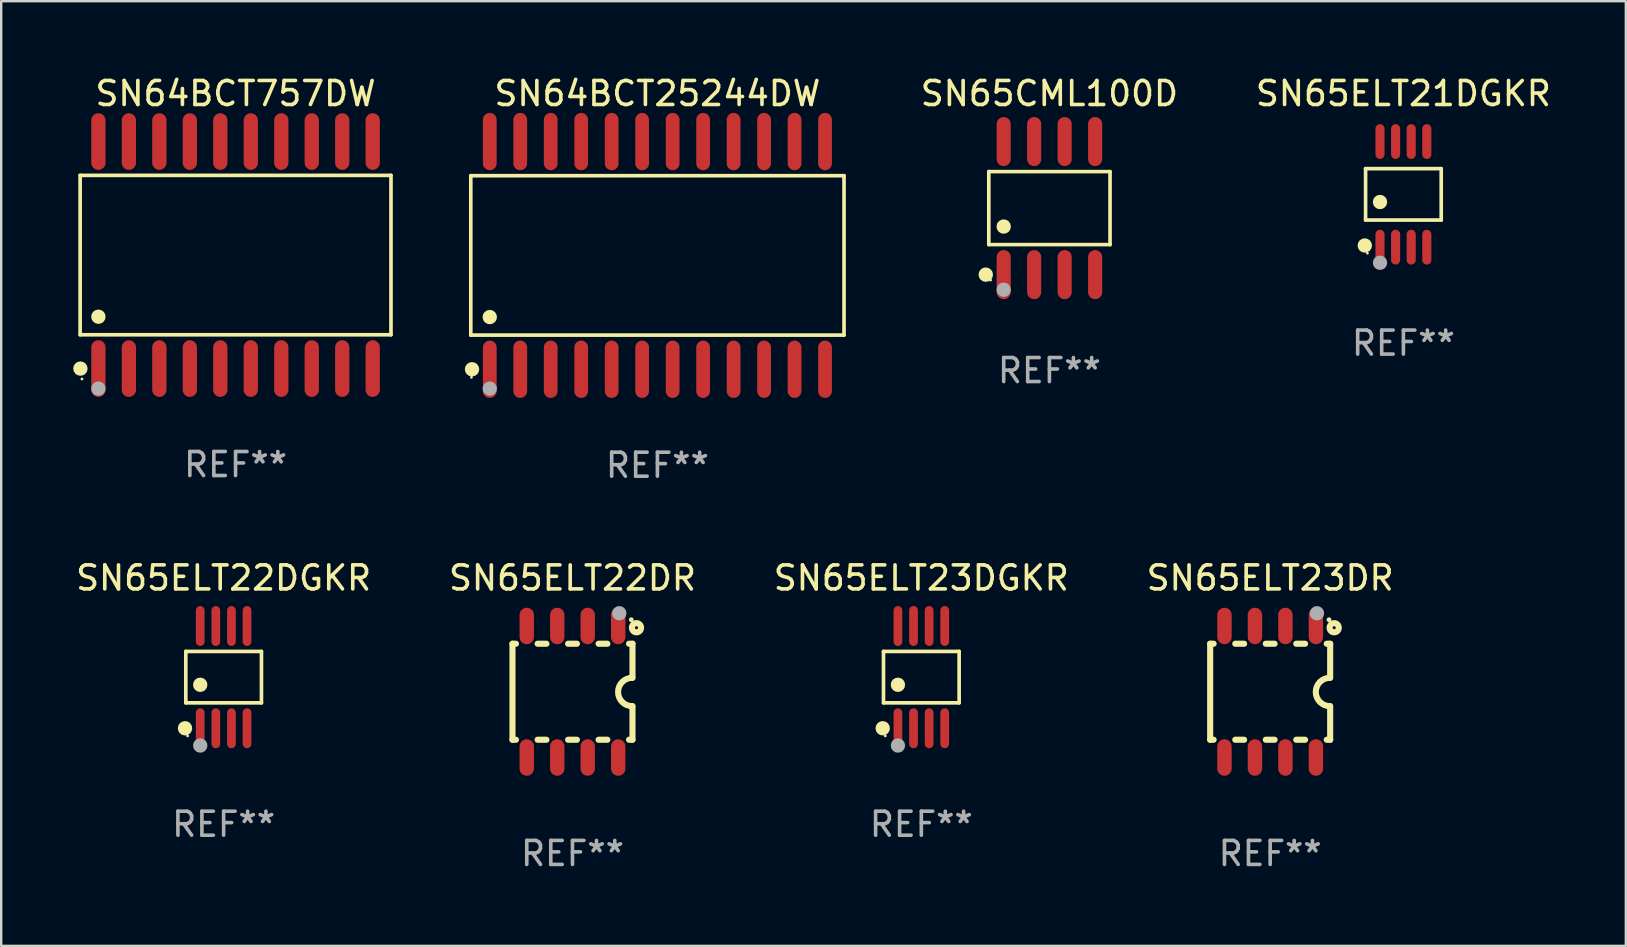
<source format=kicad_pcb>
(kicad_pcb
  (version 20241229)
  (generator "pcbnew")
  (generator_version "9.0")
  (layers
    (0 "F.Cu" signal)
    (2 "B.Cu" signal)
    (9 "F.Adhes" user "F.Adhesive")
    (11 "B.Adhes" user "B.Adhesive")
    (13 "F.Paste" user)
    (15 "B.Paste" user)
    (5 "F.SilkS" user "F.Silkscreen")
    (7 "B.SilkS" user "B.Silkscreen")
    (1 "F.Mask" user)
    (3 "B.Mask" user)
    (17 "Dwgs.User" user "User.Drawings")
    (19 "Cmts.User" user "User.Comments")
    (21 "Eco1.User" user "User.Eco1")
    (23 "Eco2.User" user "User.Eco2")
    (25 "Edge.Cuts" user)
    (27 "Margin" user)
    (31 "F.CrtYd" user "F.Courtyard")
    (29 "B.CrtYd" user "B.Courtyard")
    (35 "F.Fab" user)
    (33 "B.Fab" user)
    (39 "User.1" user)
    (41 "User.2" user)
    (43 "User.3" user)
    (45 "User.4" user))
  (footprint "SN65ELT21DGKR"
    (layer "F.Cu")
    (at 55.426 5.048)
    (property "Reference" "SN65ELT21DGKR" (at 0 -4.2 0) (layer "F.SilkS") (effects (font (size 1 1) (thickness 0.15))))
    (attr through_hole)
    (fp_line (start -1.576 -1.071) (end 1.576 -1.071) (stroke (width 0.152) (type solid)) (layer "F.SilkS"))
    (fp_line (start -1.576 1.071) (end -1.576 -1.071) (stroke (width 0.152) (type solid)) (layer "F.SilkS"))
    (fp_line (start 1.576 -1.071) (end 1.576 1.071) (stroke (width 0.152) (type solid)) (layer "F.SilkS"))
    (fp_line (start 1.576 1.071) (end -1.576 1.071) (stroke (width 0.152) (type solid)) (layer "F.SilkS"))
    (fp_circle (center -1.609 2.131) (end -1.459 2.131) (stroke (width 0.3) (type solid)) (fill no) (layer "F.SilkS"))
    (fp_circle (center -1.5 2.45) (end -1.47 2.45) (stroke (width 0.06) (type solid)) (fill no) (layer "F.SilkS"))
    (fp_circle (center -0.975 0.319) (end -0.825 0.319) (stroke (width 0.3) (type solid)) (fill no) (layer "F.SilkS"))
    (fp_circle (center -0.975 2.85) (end -0.825 2.85) (stroke (width 0.3) (type solid)) (fill no) (layer "F.Fab"))
    (fp_text user "REF**" (at 0 6.2 0) (layer "F.Fab") (effects (font (size 1 1) (thickness 0.15))))
    (pad "1" smd oval (at -0.975 2.2) (size 0.38 1.45) (layers "F.Cu" "F.Mask" "F.Paste"))
    (pad "2" smd oval (at -0.325 2.2) (size 0.38 1.45) (layers "F.Cu" "F.Mask" "F.Paste"))
    (pad "3" smd oval (at 0.325 2.2) (size 0.38 1.45) (layers "F.Cu" "F.Mask" "F.Paste"))
    (pad "4" smd oval (at 0.975 2.2) (size 0.38 1.45) (layers "F.Cu" "F.Mask" "F.Paste"))
    (pad "5" smd oval (at 0.975 -2.2) (size 0.38 1.45) (layers "F.Cu" "F.Mask" "F.Paste"))
    (pad "6" smd oval (at 0.325 -2.2) (size 0.38 1.45) (layers "F.Cu" "F.Mask" "F.Paste"))
    (pad "7" smd oval (at -0.325 -2.2) (size 0.38 1.45) (layers "F.Cu" "F.Mask" "F.Paste"))
    (pad "8" smd oval (at -0.975 -2.2) (size 0.38 1.45) (layers "F.Cu" "F.Mask" "F.Paste")))
  (footprint "SN65ELT22DGKR"
    (layer "F.Cu")
    (at 6.268 25.164)
    (property "Reference" "SN65ELT22DGKR" (at 0 -4.131 0) (layer "F.SilkS") (effects (font (size 1 1) (thickness 0.15))))
    (attr through_hole)
    (fp_line (start -1.576 -1.071) (end 1.576 -1.071) (stroke (width 0.152) (type solid)) (layer "F.SilkS"))
    (fp_line (start -1.576 1.071) (end -1.576 -1.071) (stroke (width 0.152) (type solid)) (layer "F.SilkS"))
    (fp_line (start 1.576 -1.071) (end 1.576 1.071) (stroke (width 0.152) (type solid)) (layer "F.SilkS"))
    (fp_line (start 1.576 1.071) (end -1.576 1.071) (stroke (width 0.152) (type solid)) (layer "F.SilkS"))
    (fp_circle (center -1.609 2.131) (end -1.459 2.131) (stroke (width 0.3) (type solid)) (fill no) (layer "F.SilkS"))
    (fp_circle (center -1.5 2.45) (end -1.47 2.45) (stroke (width 0.06) (type solid)) (fill no) (layer "F.SilkS"))
    (fp_circle (center -0.975 0.319) (end -0.825 0.319) (stroke (width 0.3) (type solid)) (fill no) (layer "F.SilkS"))
    (fp_circle (center -0.975 2.85) (end -0.825 2.85) (stroke (width 0.3) (type solid)) (fill no) (layer "F.Fab"))
    (fp_text user "REF**" (at 0 6.131 0) (layer "F.Fab") (effects (font (size 1 1) (thickness 0.15))))
    (pad "1" smd oval (at -0.975 2.131) (size 0.364 1.662) (layers "F.Cu" "F.Mask" "F.Paste"))
    (pad "2" smd oval (at -0.325 2.131) (size 0.364 1.662) (layers "F.Cu" "F.Mask" "F.Paste"))
    (pad "3" smd oval (at 0.325 2.131) (size 0.364 1.662) (layers "F.Cu" "F.Mask" "F.Paste"))
    (pad "4" smd oval (at 0.975 2.131) (size 0.364 1.662) (layers "F.Cu" "F.Mask" "F.Paste"))
    (pad "5" smd oval (at 0.975 -2.131) (size 0.364 1.662) (layers "F.Cu" "F.Mask" "F.Paste"))
    (pad "6" smd oval (at 0.325 -2.131) (size 0.364 1.662) (layers "F.Cu" "F.Mask" "F.Paste"))
    (pad "7" smd oval (at -0.325 -2.131) (size 0.364 1.662) (layers "F.Cu" "F.Mask" "F.Paste"))
    (pad "8" smd oval (at -0.975 -2.131) (size 0.364 1.662) (layers "F.Cu" "F.Mask" "F.Paste")))
  (footprint "SN65ELT23DR"
    (layer "F.Cu")
    (at 49.875 25.773)
    (property "Reference" "SN65ELT23DR" (at 0 -4.74 0) (layer "F.SilkS") (effects (font (size 1 1) (thickness 0.15))))
    (attr through_hole)
    (fp_line (start -2.5 2) (end -2.5 -2) (stroke (width 0.254) (type solid)) (layer "F.SilkS"))
    (fp_line (start -2.356 -2) (end -2.5 -2) (stroke (width 0.254) (type solid)) (layer "F.SilkS"))
    (fp_line (start -2.356 2) (end -2.5 2) (stroke (width 0.254) (type solid)) (layer "F.SilkS"))
    (fp_line (start -1.086 -2) (end -1.454 -2) (stroke (width 0.254) (type solid)) (layer "F.SilkS"))
    (fp_line (start -1.086 2) (end -1.454 2) (stroke (width 0.254) (type solid)) (layer "F.SilkS"))
    (fp_line (start 0.184 -2) (end -0.184 -2) (stroke (width 0.254) (type solid)) (layer "F.SilkS"))
    (fp_line (start 0.184 2) (end -0.184 2) (stroke (width 0.254) (type solid)) (layer "F.SilkS"))
    (fp_line (start 1.454 -2) (end 1.086 -2) (stroke (width 0.254) (type solid)) (layer "F.SilkS"))
    (fp_line (start 1.454 2) (end 1.086 2) (stroke (width 0.254) (type solid)) (layer "F.SilkS"))
    (fp_line (start 2.5 -2) (end 2.356 -2) (stroke (width 0.254) (type solid)) (layer "F.SilkS"))
    (fp_line (start 2.5 -0.58) (end 2.5 -2) (stroke (width 0.254) (type solid)) (layer "F.SilkS"))
    (fp_line (start 2.5 2) (end 2.356 2) (stroke (width 0.254) (type solid)) (layer "F.SilkS"))
    (fp_line (start 2.5 2) (end 2.5 0.6) (stroke (width 0.254) (type solid)) (layer "F.SilkS"))
    (fp_arc (start 2.489992 0.600051) (mid 1.901674 0.010046) (end 2.489992 -0.579959) (stroke (width 0.254001) (type solid)) (layer "F.SilkS"))
    (fp_circle (center 2.45 -3) (end 2.5 -3) (stroke (width 0.1) (type solid)) (fill no) (layer "F.SilkS"))
    (fp_circle (center 2.667 -2.667) (end 2.858 -2.667) (stroke (width 0.254) (type solid)) (fill no) (layer "F.SilkS"))
    (fp_circle (center 1.95 -3.27) (end 2.1 -3.27) (stroke (width 0.3) (type solid)) (fill no) (layer "F.Fab"))
    (fp_text user "REF**" (at 0 6.74 0) (layer "F.Fab") (effects (font (size 1 1) (thickness 0.15))))
    (pad "1" smd oval (at 1.905 -2.74) (size 0.6 1.52) (layers "F.Cu" "F.Mask" "F.Paste"))
    (pad "2" smd oval (at 0.635 -2.74) (size 0.6 1.52) (layers "F.Cu" "F.Mask" "F.Paste"))
    (pad "3" smd oval (at -0.635 -2.74) (size 0.6 1.52) (layers "F.Cu" "F.Mask" "F.Paste"))
    (pad "4" smd oval (at -1.905 -2.74) (size 0.6 1.52) (layers "F.Cu" "F.Mask" "F.Paste"))
    (pad "5" smd oval (at -1.905 2.74) (size 0.6 1.52) (layers "F.Cu" "F.Mask" "F.Paste"))
    (pad "6" smd oval (at -0.635 2.74) (size 0.6 1.52) (layers "F.Cu" "F.Mask" "F.Paste"))
    (pad "7" smd oval (at 0.635 2.74) (size 0.6 1.52) (layers "F.Cu" "F.Mask" "F.Paste"))
    (pad "8" smd oval (at 1.905 2.74) (size 0.6 1.52) (layers "F.Cu" "F.Mask" "F.Paste")))
  (footprint "SN65CML100D"
    (layer "F.Cu")
    (at 40.676 5.621)
    (property "Reference" "SN65CML100D" (at 0 -4.772 0) (layer "F.SilkS") (effects (font (size 1 1) (thickness 0.15))))
    (attr through_hole)
    (fp_line (start -2.526 -1.521) (end 2.526 -1.521) (stroke (width 0.152) (type solid)) (layer "F.SilkS"))
    (fp_line (start -2.526 1.521) (end -2.526 -1.521) (stroke (width 0.152) (type solid)) (layer "F.SilkS"))
    (fp_line (start 2.526 -1.521) (end 2.526 1.521) (stroke (width 0.152) (type solid)) (layer "F.SilkS"))
    (fp_line (start 2.526 1.521) (end -2.526 1.521) (stroke (width 0.152) (type solid)) (layer "F.SilkS"))
    (fp_circle (center -2.652 2.772) (end -2.501 2.772) (stroke (width 0.3) (type solid)) (fill no) (layer "F.SilkS"))
    (fp_circle (center -2.45 3) (end -2.42 3) (stroke (width 0.06) (type solid)) (fill no) (layer "F.SilkS"))
    (fp_circle (center -1.905 0.769) (end -1.755 0.769) (stroke (width 0.3) (type solid)) (fill no) (layer "F.SilkS"))
    (fp_circle (center -1.905 3.4) (end -1.755 3.4) (stroke (width 0.3) (type solid)) (fill no) (layer "F.Fab"))
    (fp_text user "REF**" (at 0 6.772 0) (layer "F.Fab") (effects (font (size 1 1) (thickness 0.15))))
    (pad "1" smd oval (at -1.905 2.772) (size 0.588 2.045) (layers "F.Cu" "F.Mask" "F.Paste"))
    (pad "2" smd oval (at -0.635 2.772) (size 0.588 2.045) (layers "F.Cu" "F.Mask" "F.Paste"))
    (pad "3" smd oval (at 0.635 2.772) (size 0.588 2.045) (layers "F.Cu" "F.Mask" "F.Paste"))
    (pad "4" smd oval (at 1.905 2.772) (size 0.588 2.045) (layers "F.Cu" "F.Mask" "F.Paste"))
    (pad "5" smd oval (at 1.905 -2.772) (size 0.588 2.045) (layers "F.Cu" "F.Mask" "F.Paste"))
    (pad "6" smd oval (at 0.635 -2.772) (size 0.588 2.045) (layers "F.Cu" "F.Mask" "F.Paste"))
    (pad "7" smd oval (at -0.635 -2.772) (size 0.588 2.045) (layers "F.Cu" "F.Mask" "F.Paste"))
    (pad "8" smd oval (at -1.905 -2.772) (size 0.588 2.045) (layers "F.Cu" "F.Mask" "F.Paste")))
  (footprint "SN64BCT25244DW"
    (layer "F.Cu")
    (at 24.342 7.592)
    (property "Reference" "SN64BCT25244DW" (at 0 -6.744 0) (layer "F.SilkS") (effects (font (size 1 1) (thickness 0.15))))
    (attr through_hole)
    (fp_line (start -7.776 -3.321) (end 7.776 -3.321) (stroke (width 0.152) (type solid)) (layer "F.SilkS"))
    (fp_line (start -7.776 3.321) (end -7.776 -3.321) (stroke (width 0.152) (type solid)) (layer "F.SilkS"))
    (fp_line (start 7.776 -3.321) (end 7.776 3.321) (stroke (width 0.152) (type solid)) (layer "F.SilkS"))
    (fp_line (start 7.776 3.321) (end -7.776 3.321) (stroke (width 0.152) (type solid)) (layer "F.SilkS"))
    (fp_circle (center -7.747 5.08) (end -7.717 5.08) (stroke (width 0.06) (type solid)) (fill no) (layer "F.SilkS"))
    (fp_circle (center -7.724 4.744) (end -7.574 4.744) (stroke (width 0.3) (type solid)) (fill no) (layer "F.SilkS"))
    (fp_circle (center -6.985 2.569) (end -6.835 2.569) (stroke (width 0.3) (type solid)) (fill no) (layer "F.SilkS"))
    (fp_circle (center -6.985 5.55) (end -6.835 5.55) (stroke (width 0.3) (type solid)) (fill no) (layer "F.Fab"))
    (fp_text user "REF**" (at 0 8.744 0) (layer "F.Fab") (effects (font (size 1 1) (thickness 0.15))))
    (pad "1" smd oval (at -6.985 4.744) (size 0.574 2.388) (layers "F.Cu" "F.Mask" "F.Paste"))
    (pad "2" smd oval (at -5.715 4.744) (size 0.574 2.388) (layers "F.Cu" "F.Mask" "F.Paste"))
    (pad "3" smd oval (at -4.445 4.744) (size 0.574 2.388) (layers "F.Cu" "F.Mask" "F.Paste"))
    (pad "4" smd oval (at -3.175 4.744) (size 0.574 2.388) (layers "F.Cu" "F.Mask" "F.Paste"))
    (pad "5" smd oval (at -1.905 4.744) (size 0.574 2.388) (layers "F.Cu" "F.Mask" "F.Paste"))
    (pad "6" smd oval (at -0.635 4.744) (size 0.574 2.388) (layers "F.Cu" "F.Mask" "F.Paste"))
    (pad "7" smd oval (at 0.635 4.744) (size 0.574 2.388) (layers "F.Cu" "F.Mask" "F.Paste"))
    (pad "8" smd oval (at 1.905 4.744) (size 0.574 2.388) (layers "F.Cu" "F.Mask" "F.Paste"))
    (pad "9" smd oval (at 3.175 4.744) (size 0.574 2.388) (layers "F.Cu" "F.Mask" "F.Paste"))
    (pad "10" smd oval (at 4.445 4.744) (size 0.574 2.388) (layers "F.Cu" "F.Mask" "F.Paste"))
    (pad "11" smd oval (at 5.715 4.744) (size 0.574 2.388) (layers "F.Cu" "F.Mask" "F.Paste"))
    (pad "12" smd oval (at 6.985 4.744) (size 0.574 2.388) (layers "F.Cu" "F.Mask" "F.Paste"))
    (pad "13" smd oval (at 6.985 -4.744) (size 0.574 2.388) (layers "F.Cu" "F.Mask" "F.Paste"))
    (pad "14" smd oval (at 5.715 -4.744) (size 0.574 2.388) (layers "F.Cu" "F.Mask" "F.Paste"))
    (pad "15" smd oval (at 4.445 -4.744) (size 0.574 2.388) (layers "F.Cu" "F.Mask" "F.Paste"))
    (pad "16" smd oval (at 3.175 -4.744) (size 0.574 2.388) (layers "F.Cu" "F.Mask" "F.Paste"))
    (pad "17" smd oval (at 1.905 -4.744) (size 0.574 2.388) (layers "F.Cu" "F.Mask" "F.Paste"))
    (pad "18" smd oval (at 0.635 -4.744) (size 0.574 2.388) (layers "F.Cu" "F.Mask" "F.Paste"))
    (pad "19" smd oval (at -0.635 -4.744) (size 0.574 2.388) (layers "F.Cu" "F.Mask" "F.Paste"))
    (pad "20" smd oval (at -1.905 -4.744) (size 0.574 2.388) (layers "F.Cu" "F.Mask" "F.Paste"))
    (pad "21" smd oval (at -3.175 -4.744) (size 0.574 2.388) (layers "F.Cu" "F.Mask" "F.Paste"))
    (pad "22" smd oval (at -4.445 -4.744) (size 0.574 2.388) (layers "F.Cu" "F.Mask" "F.Paste"))
    (pad "23" smd oval (at -5.715 -4.744) (size 0.574 2.388) (layers "F.Cu" "F.Mask" "F.Paste"))
    (pad "24" smd oval (at -6.985 -4.744) (size 0.574 2.388) (layers "F.Cu" "F.Mask" "F.Paste")))
  (footprint "SN64BCT757DW"
    (layer "F.Cu")
    (at 6.765 7.578)
    (property "Reference" "SN64BCT757DW" (at 0 -6.73 0) (layer "F.SilkS") (effects (font (size 1 1) (thickness 0.15))))
    (attr through_hole)
    (fp_line (start -6.476 -3.321) (end 6.476 -3.321) (stroke (width 0.152) (type solid)) (layer "F.SilkS"))
    (fp_line (start -6.476 3.321) (end -6.476 -3.321) (stroke (width 0.152) (type solid)) (layer "F.SilkS"))
    (fp_line (start 6.476 -3.321) (end 6.476 3.321) (stroke (width 0.152) (type solid)) (layer "F.SilkS"))
    (fp_line (start 6.476 3.321) (end -6.476 3.321) (stroke (width 0.152) (type solid)) (layer "F.SilkS"))
    (fp_circle (center -6.465 4.73) (end -6.315 4.73) (stroke (width 0.3) (type solid)) (fill no) (layer "F.SilkS"))
    (fp_circle (center -6.4 5.163) (end -6.37 5.163) (stroke (width 0.06) (type solid)) (fill no) (layer "F.SilkS"))
    (fp_circle (center -5.715 2.569) (end -5.565 2.569) (stroke (width 0.3) (type solid)) (fill no) (layer "F.SilkS"))
    (fp_circle (center -5.715 5.563) (end -5.565 5.563) (stroke (width 0.3) (type solid)) (fill no) (layer "F.Fab"))
    (fp_text user "REF**" (at 0 8.73 0) (layer "F.Fab") (effects (font (size 1 1) (thickness 0.15))))
    (pad "1" smd oval (at -5.715 4.73) (size 0.595 2.36) (layers "F.Cu" "F.Mask" "F.Paste"))
    (pad "2" smd oval (at -4.445 4.73) (size 0.595 2.36) (layers "F.Cu" "F.Mask" "F.Paste"))
    (pad "3" smd oval (at -3.175 4.73) (size 0.595 2.36) (layers "F.Cu" "F.Mask" "F.Paste"))
    (pad "4" smd oval (at -1.905 4.73) (size 0.595 2.36) (layers "F.Cu" "F.Mask" "F.Paste"))
    (pad "5" smd oval (at -0.635 4.73) (size 0.595 2.36) (layers "F.Cu" "F.Mask" "F.Paste"))
    (pad "6" smd oval (at 0.635 4.73) (size 0.595 2.36) (layers "F.Cu" "F.Mask" "F.Paste"))
    (pad "7" smd oval (at 1.905 4.73) (size 0.595 2.36) (layers "F.Cu" "F.Mask" "F.Paste"))
    (pad "8" smd oval (at 3.175 4.73) (size 0.595 2.36) (layers "F.Cu" "F.Mask" "F.Paste"))
    (pad "9" smd oval (at 4.445 4.73) (size 0.595 2.36) (layers "F.Cu" "F.Mask" "F.Paste"))
    (pad "10" smd oval (at 5.715 4.73) (size 0.595 2.36) (layers "F.Cu" "F.Mask" "F.Paste"))
    (pad "11" smd oval (at 5.715 -4.73) (size 0.595 2.36) (layers "F.Cu" "F.Mask" "F.Paste"))
    (pad "12" smd oval (at 4.445 -4.73) (size 0.595 2.36) (layers "F.Cu" "F.Mask" "F.Paste"))
    (pad "13" smd oval (at 3.175 -4.73) (size 0.595 2.36) (layers "F.Cu" "F.Mask" "F.Paste"))
    (pad "14" smd oval (at 1.905 -4.73) (size 0.595 2.36) (layers "F.Cu" "F.Mask" "F.Paste"))
    (pad "15" smd oval (at 0.635 -4.73) (size 0.595 2.36) (layers "F.Cu" "F.Mask" "F.Paste"))
    (pad "16" smd oval (at -0.635 -4.73) (size 0.595 2.36) (layers "F.Cu" "F.Mask" "F.Paste"))
    (pad "17" smd oval (at -1.905 -4.73) (size 0.595 2.36) (layers "F.Cu" "F.Mask" "F.Paste"))
    (pad "18" smd oval (at -3.175 -4.73) (size 0.595 2.36) (layers "F.Cu" "F.Mask" "F.Paste"))
    (pad "19" smd oval (at -4.445 -4.73) (size 0.595 2.36) (layers "F.Cu" "F.Mask" "F.Paste"))
    (pad "20" smd oval (at -5.715 -4.73) (size 0.595 2.36) (layers "F.Cu" "F.Mask" "F.Paste")))
  (footprint "SN65ELT22DR"
    (layer "F.Cu")
    (at 20.804 25.773)
    (property "Reference" "SN65ELT22DR" (at 0 -4.74 0) (layer "F.SilkS") (effects (font (size 1 1) (thickness 0.15))))
    (attr through_hole)
    (fp_line (start -2.5 2) (end -2.5 -2) (stroke (width 0.254) (type solid)) (layer "F.SilkS"))
    (fp_line (start -2.356 -2) (end -2.5 -2) (stroke (width 0.254) (type solid)) (layer "F.SilkS"))
    (fp_line (start -2.356 2) (end -2.5 2) (stroke (width 0.254) (type solid)) (layer "F.SilkS"))
    (fp_line (start -1.086 -2) (end -1.454 -2) (stroke (width 0.254) (type solid)) (layer "F.SilkS"))
    (fp_line (start -1.086 2) (end -1.454 2) (stroke (width 0.254) (type solid)) (layer "F.SilkS"))
    (fp_line (start 0.184 -2) (end -0.184 -2) (stroke (width 0.254) (type solid)) (layer "F.SilkS"))
    (fp_line (start 0.184 2) (end -0.184 2) (stroke (width 0.254) (type solid)) (layer "F.SilkS"))
    (fp_line (start 1.454 -2) (end 1.086 -2) (stroke (width 0.254) (type solid)) (layer "F.SilkS"))
    (fp_line (start 1.454 2) (end 1.086 2) (stroke (width 0.254) (type solid)) (layer "F.SilkS"))
    (fp_line (start 2.5 -2) (end 2.356 -2) (stroke (width 0.254) (type solid)) (layer "F.SilkS"))
    (fp_line (start 2.5 -0.58) (end 2.5 -2) (stroke (width 0.254) (type solid)) (layer "F.SilkS"))
    (fp_line (start 2.5 2) (end 2.356 2) (stroke (width 0.254) (type solid)) (layer "F.SilkS"))
    (fp_line (start 2.5 2) (end 2.5 0.6) (stroke (width 0.254) (type solid)) (layer "F.SilkS"))
    (fp_arc (start 2.489992 0.600051) (mid 1.901674 0.010046) (end 2.489992 -0.579959) (stroke (width 0.254001) (type solid)) (layer "F.SilkS"))
    (fp_circle (center 2.45 -3) (end 2.5 -3) (stroke (width 0.1) (type solid)) (fill no) (layer "F.SilkS"))
    (fp_circle (center 2.667 -2.667) (end 2.858 -2.667) (stroke (width 0.254) (type solid)) (fill no) (layer "F.SilkS"))
    (fp_circle (center 1.95 -3.27) (end 2.1 -3.27) (stroke (width 0.3) (type solid)) (fill no) (layer "F.Fab"))
    (fp_text user "REF**" (at 0 6.74 0) (layer "F.Fab") (effects (font (size 1 1) (thickness 0.15))))
    (pad "1" smd oval (at 1.905 -2.74) (size 0.6 1.52) (layers "F.Cu" "F.Mask" "F.Paste"))
    (pad "2" smd oval (at 0.635 -2.74) (size 0.6 1.52) (layers "F.Cu" "F.Mask" "F.Paste"))
    (pad "3" smd oval (at -0.635 -2.74) (size 0.6 1.52) (layers "F.Cu" "F.Mask" "F.Paste"))
    (pad "4" smd oval (at -1.905 -2.74) (size 0.6 1.52) (layers "F.Cu" "F.Mask" "F.Paste"))
    (pad "5" smd oval (at -1.905 2.74) (size 0.6 1.52) (layers "F.Cu" "F.Mask" "F.Paste"))
    (pad "6" smd oval (at -0.635 2.74) (size 0.6 1.52) (layers "F.Cu" "F.Mask" "F.Paste"))
    (pad "7" smd oval (at 0.635 2.74) (size 0.6 1.52) (layers "F.Cu" "F.Mask" "F.Paste"))
    (pad "8" smd oval (at 1.905 2.74) (size 0.6 1.52) (layers "F.Cu" "F.Mask" "F.Paste")))
  (footprint "SN65ELT23DGKR"
    (layer "F.Cu")
    (at 35.339 25.164)
    (property "Reference" "SN65ELT23DGKR" (at 0 -4.131 0) (layer "F.SilkS") (effects (font (size 1 1) (thickness 0.15))))
    (attr through_hole)
    (fp_line (start -1.576 -1.071) (end 1.576 -1.071) (stroke (width 0.152) (type solid)) (layer "F.SilkS"))
    (fp_line (start -1.576 1.071) (end -1.576 -1.071) (stroke (width 0.152) (type solid)) (layer "F.SilkS"))
    (fp_line (start 1.576 -1.071) (end 1.576 1.071) (stroke (width 0.152) (type solid)) (layer "F.SilkS"))
    (fp_line (start 1.576 1.071) (end -1.576 1.071) (stroke (width 0.152) (type solid)) (layer "F.SilkS"))
    (fp_circle (center -1.609 2.131) (end -1.459 2.131) (stroke (width 0.3) (type solid)) (fill no) (layer "F.SilkS"))
    (fp_circle (center -1.5 2.45) (end -1.47 2.45) (stroke (width 0.06) (type solid)) (fill no) (layer "F.SilkS"))
    (fp_circle (center -0.975 0.319) (end -0.825 0.319) (stroke (width 0.3) (type solid)) (fill no) (layer "F.SilkS"))
    (fp_circle (center -0.975 2.85) (end -0.825 2.85) (stroke (width 0.3) (type solid)) (fill no) (layer "F.Fab"))
    (fp_text user "REF**" (at 0 6.131 0) (layer "F.Fab") (effects (font (size 1 1) (thickness 0.15))))
    (pad "1" smd oval (at -0.975 2.131) (size 0.364 1.662) (layers "F.Cu" "F.Mask" "F.Paste"))
    (pad "2" smd oval (at -0.325 2.131) (size 0.364 1.662) (layers "F.Cu" "F.Mask" "F.Paste"))
    (pad "3" smd oval (at 0.325 2.131) (size 0.364 1.662) (layers "F.Cu" "F.Mask" "F.Paste"))
    (pad "4" smd oval (at 0.975 2.131) (size 0.364 1.662) (layers "F.Cu" "F.Mask" "F.Paste"))
    (pad "5" smd oval (at 0.975 -2.131) (size 0.364 1.662) (layers "F.Cu" "F.Mask" "F.Paste"))
    (pad "6" smd oval (at 0.325 -2.131) (size 0.364 1.662) (layers "F.Cu" "F.Mask" "F.Paste"))
    (pad "7" smd oval (at -0.325 -2.131) (size 0.364 1.662) (layers "F.Cu" "F.Mask" "F.Paste"))
    (pad "8" smd oval (at -0.975 -2.131) (size 0.364 1.662) (layers "F.Cu" "F.Mask" "F.Paste")))
  (gr_rect
    (start -3 -3)
    (end 64.694 36.361)
    (stroke (width 0.1) (type default))
    (fill no)
    (layer "Edge.Cuts")))
</source>
